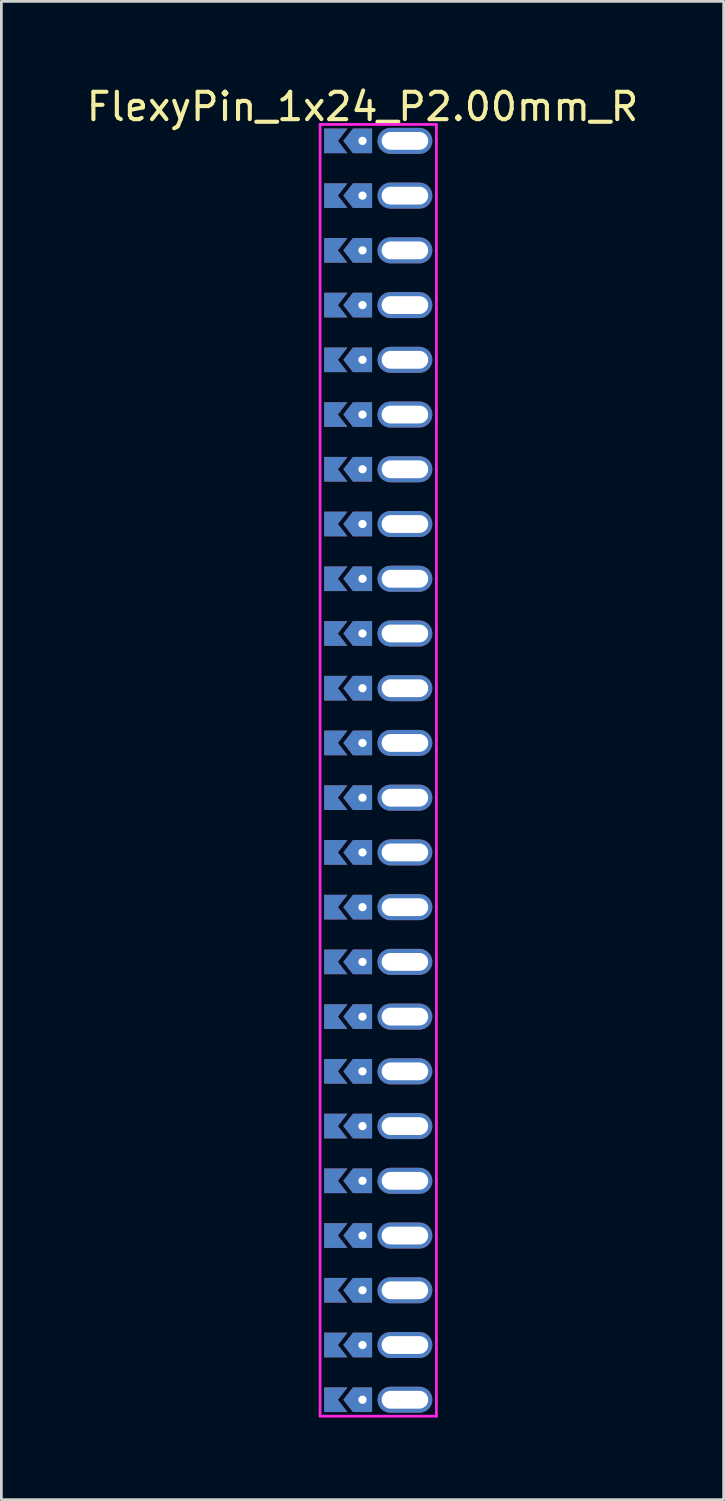
<source format=kicad_pcb>
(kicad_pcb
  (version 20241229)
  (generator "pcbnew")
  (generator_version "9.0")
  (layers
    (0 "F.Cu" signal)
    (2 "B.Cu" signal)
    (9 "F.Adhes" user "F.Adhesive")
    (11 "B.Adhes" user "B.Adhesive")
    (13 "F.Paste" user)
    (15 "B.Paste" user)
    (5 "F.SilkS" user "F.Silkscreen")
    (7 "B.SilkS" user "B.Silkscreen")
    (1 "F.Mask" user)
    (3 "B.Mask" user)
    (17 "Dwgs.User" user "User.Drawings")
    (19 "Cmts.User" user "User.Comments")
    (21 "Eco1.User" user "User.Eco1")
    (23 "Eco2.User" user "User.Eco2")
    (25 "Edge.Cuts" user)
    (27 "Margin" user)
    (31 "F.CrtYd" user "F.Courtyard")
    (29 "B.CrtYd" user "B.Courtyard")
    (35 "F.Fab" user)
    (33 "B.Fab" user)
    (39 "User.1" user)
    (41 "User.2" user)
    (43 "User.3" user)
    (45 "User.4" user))
  (footprint "FlexyPin_1x24_P2.00mm_R"
    (layer "F.Cu")
    (at 10.196 2.098)
    (property "Reference" "FlexyPin_1x24_P2.00mm_R" (at 0 -1.25 0) (layer "F.SilkS") (effects (font (size 1 1) (thickness 0.15))))
    (attr through_hole)
    (fp_line (start -1.55 -0.6) (end 2.7 -0.6) (stroke (width 0.1) (type solid)) (layer "F.CrtYd"))
    (fp_line (start -1.55 46.6) (end -1.55 -0.6) (stroke (width 0.1) (type solid)) (layer "F.CrtYd"))
    (fp_line (start 2.7 -0.6) (end 2.7 46.6) (stroke (width 0.1) (type solid)) (layer "F.CrtYd"))
    (fp_line (start 2.7 46.6) (end -1.55 46.6) (stroke (width 0.1) (type solid)) (layer "F.CrtYd"))
    (pad "" thru_hole custom (at 0 0) (size 0.3 0.3) (drill 0.6) (layers "*.Cu" "*.Mask") (options (anchor rect)) (primitives (gr_poly (pts (xy 0.35 0.45) (xy 0.35 -0.45) (xy -0.35 -0.45) (xy -0.7 0) (xy -0.35 0.45)) (width 0) (fill yes))))
    (pad "" thru_hole custom (at 0 2) (size 0.3 0.3) (drill 0.6) (layers "*.Cu" "*.Mask") (options (anchor rect)) (primitives (gr_poly (pts (xy 0.35 0.45) (xy 0.35 -0.45) (xy -0.35 -0.45) (xy -0.7 0) (xy -0.35 0.45)) (width 0) (fill yes))))
    (pad "" thru_hole custom (at 0 4) (size 0.3 0.3) (drill 0.6) (layers "*.Cu" "*.Mask") (options (anchor rect)) (primitives (gr_poly (pts (xy 0.35 0.45) (xy 0.35 -0.45) (xy -0.35 -0.45) (xy -0.7 0) (xy -0.35 0.45)) (width 0) (fill yes))))
    (pad "" thru_hole custom (at 0 6) (size 0.3 0.3) (drill 0.6) (layers "*.Cu" "*.Mask") (options (anchor rect)) (primitives (gr_poly (pts (xy 0.35 0.45) (xy 0.35 -0.45) (xy -0.35 -0.45) (xy -0.7 0) (xy -0.35 0.45)) (width 0) (fill yes))))
    (pad "" thru_hole custom (at 0 8) (size 0.3 0.3) (drill 0.6) (layers "*.Cu" "*.Mask") (options (anchor rect)) (primitives (gr_poly (pts (xy 0.35 0.45) (xy 0.35 -0.45) (xy -0.35 -0.45) (xy -0.7 0) (xy -0.35 0.45)) (width 0) (fill yes))))
    (pad "" thru_hole custom (at 0 10) (size 0.3 0.3) (drill 0.6) (layers "*.Cu" "*.Mask") (options (anchor rect)) (primitives (gr_poly (pts (xy 0.35 0.45) (xy 0.35 -0.45) (xy -0.35 -0.45) (xy -0.7 0) (xy -0.35 0.45)) (width 0) (fill yes))))
    (pad "" thru_hole custom (at 0 12) (size 0.3 0.3) (drill 0.6) (layers "*.Cu" "*.Mask") (options (anchor rect)) (primitives (gr_poly (pts (xy 0.35 0.45) (xy 0.35 -0.45) (xy -0.35 -0.45) (xy -0.7 0) (xy -0.35 0.45)) (width 0) (fill yes))))
    (pad "" thru_hole custom (at 0 14) (size 0.3 0.3) (drill 0.6) (layers "*.Cu" "*.Mask") (options (anchor rect)) (primitives (gr_poly (pts (xy 0.35 0.45) (xy 0.35 -0.45) (xy -0.35 -0.45) (xy -0.7 0) (xy -0.35 0.45)) (width 0) (fill yes))))
    (pad "" thru_hole custom (at 0 16) (size 0.3 0.3) (drill 0.6) (layers "*.Cu" "*.Mask") (options (anchor rect)) (primitives (gr_poly (pts (xy 0.35 0.45) (xy 0.35 -0.45) (xy -0.35 -0.45) (xy -0.7 0) (xy -0.35 0.45)) (width 0) (fill yes))))
    (pad "" thru_hole custom (at 0 18) (size 0.3 0.3) (drill 0.6) (layers "*.Cu" "*.Mask") (options (anchor rect)) (primitives (gr_poly (pts (xy 0.35 0.45) (xy 0.35 -0.45) (xy -0.35 -0.45) (xy -0.7 0) (xy -0.35 0.45)) (width 0) (fill yes))))
    (pad "" thru_hole custom (at 0 20) (size 0.3 0.3) (drill 0.6) (layers "*.Cu" "*.Mask") (options (anchor rect)) (primitives (gr_poly (pts (xy 0.35 0.45) (xy 0.35 -0.45) (xy -0.35 -0.45) (xy -0.7 0) (xy -0.35 0.45)) (width 0) (fill yes))))
    (pad "" thru_hole custom (at 0 22) (size 0.3 0.3) (drill 0.6) (layers "*.Cu" "*.Mask") (options (anchor rect)) (primitives (gr_poly (pts (xy 0.35 0.45) (xy 0.35 -0.45) (xy -0.35 -0.45) (xy -0.7 0) (xy -0.35 0.45)) (width 0) (fill yes))))
    (pad "" thru_hole custom (at 0 24) (size 0.3 0.3) (drill 0.6) (layers "*.Cu" "*.Mask") (options (anchor rect)) (primitives (gr_poly (pts (xy 0.35 0.45) (xy 0.35 -0.45) (xy -0.35 -0.45) (xy -0.7 0) (xy -0.35 0.45)) (width 0) (fill yes))))
    (pad "" thru_hole custom (at 0 26) (size 0.3 0.3) (drill 0.6) (layers "*.Cu" "*.Mask") (options (anchor rect)) (primitives (gr_poly (pts (xy 0.35 0.45) (xy 0.35 -0.45) (xy -0.35 -0.45) (xy -0.7 0) (xy -0.35 0.45)) (width 0) (fill yes))))
    (pad "" thru_hole custom (at 0 28) (size 0.3 0.3) (drill 0.6) (layers "*.Cu" "*.Mask") (options (anchor rect)) (primitives (gr_poly (pts (xy 0.35 0.45) (xy 0.35 -0.45) (xy -0.35 -0.45) (xy -0.7 0) (xy -0.35 0.45)) (width 0) (fill yes))))
    (pad "" thru_hole custom (at 0 30) (size 0.3 0.3) (drill 0.6) (layers "*.Cu" "*.Mask") (options (anchor rect)) (primitives (gr_poly (pts (xy 0.35 0.45) (xy 0.35 -0.45) (xy -0.35 -0.45) (xy -0.7 0) (xy -0.35 0.45)) (width 0) (fill yes))))
    (pad "" thru_hole custom (at 0 32) (size 0.3 0.3) (drill 0.6) (layers "*.Cu" "*.Mask") (options (anchor rect)) (primitives (gr_poly (pts (xy 0.35 0.45) (xy 0.35 -0.45) (xy -0.35 -0.45) (xy -0.7 0) (xy -0.35 0.45)) (width 0) (fill yes))))
    (pad "" thru_hole custom (at 0 34) (size 0.3 0.3) (drill 0.6) (layers "*.Cu" "*.Mask") (options (anchor rect)) (primitives (gr_poly (pts (xy 0.35 0.45) (xy 0.35 -0.45) (xy -0.35 -0.45) (xy -0.7 0) (xy -0.35 0.45)) (width 0) (fill yes))))
    (pad "" thru_hole custom (at 0 36) (size 0.3 0.3) (drill 0.6) (layers "*.Cu" "*.Mask") (options (anchor rect)) (primitives (gr_poly (pts (xy 0.35 0.45) (xy 0.35 -0.45) (xy -0.35 -0.45) (xy -0.7 0) (xy -0.35 0.45)) (width 0) (fill yes))))
    (pad "" thru_hole custom (at 0 38) (size 0.3 0.3) (drill 0.6) (layers "*.Cu" "*.Mask") (options (anchor rect)) (primitives (gr_poly (pts (xy 0.35 0.45) (xy 0.35 -0.45) (xy -0.35 -0.45) (xy -0.7 0) (xy -0.35 0.45)) (width 0) (fill yes))))
    (pad "" thru_hole custom (at 0 40) (size 0.3 0.3) (drill 0.6) (layers "*.Cu" "*.Mask") (options (anchor rect)) (primitives (gr_poly (pts (xy 0.35 0.45) (xy 0.35 -0.45) (xy -0.35 -0.45) (xy -0.7 0) (xy -0.35 0.45)) (width 0) (fill yes))))
    (pad "" thru_hole custom (at 0 42) (size 0.3 0.3) (drill 0.6) (layers "*.Cu" "*.Mask") (options (anchor rect)) (primitives (gr_poly (pts (xy 0.35 0.45) (xy 0.35 -0.45) (xy -0.35 -0.45) (xy -0.7 0) (xy -0.35 0.45)) (width 0) (fill yes))))
    (pad "" thru_hole custom (at 0 44) (size 0.3 0.3) (drill 0.6) (layers "*.Cu" "*.Mask") (options (anchor rect)) (primitives (gr_poly (pts (xy 0.35 0.45) (xy 0.35 -0.45) (xy -0.35 -0.45) (xy -0.7 0) (xy -0.35 0.45)) (width 0) (fill yes))))
    (pad "" thru_hole custom (at 0 46) (size 0.3 0.3) (drill 0.6) (layers "*.Cu" "*.Mask") (options (anchor rect)) (primitives (gr_poly (pts (xy 0.35 0.45) (xy 0.35 -0.45) (xy -0.35 -0.45) (xy -0.7 0) (xy -0.35 0.45)) (width 0) (fill yes))))
    (pad "" thru_hole oval (at 1.55 0) (size 2 0.95) (drill oval 1.7 0.65) (layers "*.Cu" "*.Mask"))
    (pad "" thru_hole oval (at 1.55 2) (size 2 0.95) (drill oval 1.7 0.65) (layers "*.Cu" "*.Mask"))
    (pad "" thru_hole oval (at 1.55 4) (size 2 0.95) (drill oval 1.7 0.65) (layers "*.Cu" "*.Mask"))
    (pad "" thru_hole oval (at 1.55 6) (size 2 0.95) (drill oval 1.7 0.65) (layers "*.Cu" "*.Mask"))
    (pad "" thru_hole oval (at 1.55 8) (size 2 0.95) (drill oval 1.7 0.65) (layers "*.Cu" "*.Mask"))
    (pad "" thru_hole oval (at 1.55 10) (size 2 0.95) (drill oval 1.7 0.65) (layers "*.Cu" "*.Mask"))
    (pad "" thru_hole oval (at 1.55 12) (size 2 0.95) (drill oval 1.7 0.65) (layers "*.Cu" "*.Mask"))
    (pad "" thru_hole oval (at 1.55 14) (size 2 0.95) (drill oval 1.7 0.65) (layers "*.Cu" "*.Mask"))
    (pad "" thru_hole oval (at 1.55 16) (size 2 0.95) (drill oval 1.7 0.65) (layers "*.Cu" "*.Mask"))
    (pad "" thru_hole oval (at 1.55 18) (size 2 0.95) (drill oval 1.7 0.65) (layers "*.Cu" "*.Mask"))
    (pad "" thru_hole oval (at 1.55 20) (size 2 0.95) (drill oval 1.7 0.65) (layers "*.Cu" "*.Mask"))
    (pad "" thru_hole oval (at 1.55 22) (size 2 0.95) (drill oval 1.7 0.65) (layers "*.Cu" "*.Mask"))
    (pad "" thru_hole oval (at 1.55 24) (size 2 0.95) (drill oval 1.7 0.65) (layers "*.Cu" "*.Mask"))
    (pad "" thru_hole oval (at 1.55 26) (size 2 0.95) (drill oval 1.7 0.65) (layers "*.Cu" "*.Mask"))
    (pad "" thru_hole oval (at 1.55 28) (size 2 0.95) (drill oval 1.7 0.65) (layers "*.Cu" "*.Mask"))
    (pad "" thru_hole oval (at 1.55 30) (size 2 0.95) (drill oval 1.7 0.65) (layers "*.Cu" "*.Mask"))
    (pad "" thru_hole oval (at 1.55 32) (size 2 0.95) (drill oval 1.7 0.65) (layers "*.Cu" "*.Mask"))
    (pad "" thru_hole oval (at 1.55 34) (size 2 0.95) (drill oval 1.7 0.65) (layers "*.Cu" "*.Mask"))
    (pad "" thru_hole oval (at 1.55 36) (size 2 0.95) (drill oval 1.7 0.65) (layers "*.Cu" "*.Mask"))
    (pad "" thru_hole oval (at 1.55 38) (size 2 0.95) (drill oval 1.7 0.65) (layers "*.Cu" "*.Mask"))
    (pad "" thru_hole oval (at 1.55 40) (size 2 0.95) (drill oval 1.7 0.65) (layers "*.Cu" "*.Mask"))
    (pad "" thru_hole oval (at 1.55 42) (size 2 0.95) (drill oval 1.7 0.65) (layers "*.Cu" "*.Mask"))
    (pad "" thru_hole oval (at 1.55 44) (size 2 0.95) (drill oval 1.7 0.65) (layers "*.Cu" "*.Mask"))
    (pad "" thru_hole oval (at 1.55 46) (size 2 0.95) (drill oval 1.7 0.65) (layers "*.Cu" "*.Mask"))
    (pad "1" smd custom (at -0.9 0) (size 0.01 0.01) (layers "F.Cu" "F.Mask") (options (anchor rect)) (primitives (gr_poly (pts (xy 0 0) (xy 0.35 0.45) (xy -0.5 0.45) (xy -0.5 -0.45) (xy 0.35 -0.45)) (width 0) (fill yes))))
    (pad "1" smd custom (at -0.9 2) (size 0.01 0.01) (layers "F.Cu" "F.Mask") (options (anchor rect)) (primitives (gr_poly (pts (xy 0 0) (xy 0.35 0.45) (xy -0.5 0.45) (xy -0.5 -0.45) (xy 0.35 -0.45)) (width 0) (fill yes))))
    (pad "1" smd custom (at -0.9 4) (size 0.01 0.01) (layers "F.Cu" "F.Mask") (options (anchor rect)) (primitives (gr_poly (pts (xy 0 0) (xy 0.35 0.45) (xy -0.5 0.45) (xy -0.5 -0.45) (xy 0.35 -0.45)) (width 0) (fill yes))))
    (pad "1" smd custom (at -0.9 6) (size 0.01 0.01) (layers "F.Cu" "F.Mask") (options (anchor rect)) (primitives (gr_poly (pts (xy 0 0) (xy 0.35 0.45) (xy -0.5 0.45) (xy -0.5 -0.45) (xy 0.35 -0.45)) (width 0) (fill yes))))
    (pad "1" smd custom (at -0.9 8) (size 0.01 0.01) (layers "F.Cu" "F.Mask") (options (anchor rect)) (primitives (gr_poly (pts (xy 0 0) (xy 0.35 0.45) (xy -0.5 0.45) (xy -0.5 -0.45) (xy 0.35 -0.45)) (width 0) (fill yes))))
    (pad "1" smd custom (at -0.9 10) (size 0.01 0.01) (layers "F.Cu" "F.Mask") (options (anchor rect)) (primitives (gr_poly (pts (xy 0 0) (xy 0.35 0.45) (xy -0.5 0.45) (xy -0.5 -0.45) (xy 0.35 -0.45)) (width 0) (fill yes))))
    (pad "1" smd custom (at -0.9 12) (size 0.01 0.01) (layers "F.Cu" "F.Mask") (options (anchor rect)) (primitives (gr_poly (pts (xy 0 0) (xy 0.35 0.45) (xy -0.5 0.45) (xy -0.5 -0.45) (xy 0.35 -0.45)) (width 0) (fill yes))))
    (pad "1" smd custom (at -0.9 14) (size 0.01 0.01) (layers "F.Cu" "F.Mask") (options (anchor rect)) (primitives (gr_poly (pts (xy 0 0) (xy 0.35 0.45) (xy -0.5 0.45) (xy -0.5 -0.45) (xy 0.35 -0.45)) (width 0) (fill yes))))
    (pad "1" smd custom (at -0.9 16) (size 0.01 0.01) (layers "F.Cu" "F.Mask") (options (anchor rect)) (primitives (gr_poly (pts (xy 0 0) (xy 0.35 0.45) (xy -0.5 0.45) (xy -0.5 -0.45) (xy 0.35 -0.45)) (width 0) (fill yes))))
    (pad "1" smd custom (at -0.9 18) (size 0.01 0.01) (layers "F.Cu" "F.Mask") (options (anchor rect)) (primitives (gr_poly (pts (xy 0 0) (xy 0.35 0.45) (xy -0.5 0.45) (xy -0.5 -0.45) (xy 0.35 -0.45)) (width 0) (fill yes))))
    (pad "1" smd custom (at -0.9 20) (size 0.01 0.01) (layers "F.Cu" "F.Mask") (options (anchor rect)) (primitives (gr_poly (pts (xy 0 0) (xy 0.35 0.45) (xy -0.5 0.45) (xy -0.5 -0.45) (xy 0.35 -0.45)) (width 0) (fill yes))))
    (pad "1" smd custom (at -0.9 22) (size 0.01 0.01) (layers "F.Cu" "F.Mask") (options (anchor rect)) (primitives (gr_poly (pts (xy 0 0) (xy 0.35 0.45) (xy -0.5 0.45) (xy -0.5 -0.45) (xy 0.35 -0.45)) (width 0) (fill yes))))
    (pad "1" smd custom (at -0.9 24) (size 0.01 0.01) (layers "F.Cu" "F.Mask") (options (anchor rect)) (primitives (gr_poly (pts (xy 0 0) (xy 0.35 0.45) (xy -0.5 0.45) (xy -0.5 -0.45) (xy 0.35 -0.45)) (width 0) (fill yes))))
    (pad "1" smd custom (at -0.9 26) (size 0.01 0.01) (layers "F.Cu" "F.Mask") (options (anchor rect)) (primitives (gr_poly (pts (xy 0 0) (xy 0.35 0.45) (xy -0.5 0.45) (xy -0.5 -0.45) (xy 0.35 -0.45)) (width 0) (fill yes))))
    (pad "1" smd custom (at -0.9 28) (size 0.01 0.01) (layers "F.Cu" "F.Mask") (options (anchor rect)) (primitives (gr_poly (pts (xy 0 0) (xy 0.35 0.45) (xy -0.5 0.45) (xy -0.5 -0.45) (xy 0.35 -0.45)) (width 0) (fill yes))))
    (pad "1" smd custom (at -0.9 30) (size 0.01 0.01) (layers "F.Cu" "F.Mask") (options (anchor rect)) (primitives (gr_poly (pts (xy 0 0) (xy 0.35 0.45) (xy -0.5 0.45) (xy -0.5 -0.45) (xy 0.35 -0.45)) (width 0) (fill yes))))
    (pad "1" smd custom (at -0.9 32) (size 0.01 0.01) (layers "F.Cu" "F.Mask") (options (anchor rect)) (primitives (gr_poly (pts (xy 0 0) (xy 0.35 0.45) (xy -0.5 0.45) (xy -0.5 -0.45) (xy 0.35 -0.45)) (width 0) (fill yes))))
    (pad "1" smd custom (at -0.9 34) (size 0.01 0.01) (layers "F.Cu" "F.Mask") (options (anchor rect)) (primitives (gr_poly (pts (xy 0 0) (xy 0.35 0.45) (xy -0.5 0.45) (xy -0.5 -0.45) (xy 0.35 -0.45)) (width 0) (fill yes))))
    (pad "1" smd custom (at -0.9 36) (size 0.01 0.01) (layers "F.Cu" "F.Mask") (options (anchor rect)) (primitives (gr_poly (pts (xy 0 0) (xy 0.35 0.45) (xy -0.5 0.45) (xy -0.5 -0.45) (xy 0.35 -0.45)) (width 0) (fill yes))))
    (pad "1" smd custom (at -0.9 38) (size 0.01 0.01) (layers "F.Cu" "F.Mask") (options (anchor rect)) (primitives (gr_poly (pts (xy 0 0) (xy 0.35 0.45) (xy -0.5 0.45) (xy -0.5 -0.45) (xy 0.35 -0.45)) (width 0) (fill yes))))
    (pad "1" smd custom (at -0.9 40) (size 0.01 0.01) (layers "F.Cu" "F.Mask") (options (anchor rect)) (primitives (gr_poly (pts (xy 0 0) (xy 0.35 0.45) (xy -0.5 0.45) (xy -0.5 -0.45) (xy 0.35 -0.45)) (width 0) (fill yes))))
    (pad "1" smd custom (at -0.9 42) (size 0.01 0.01) (layers "F.Cu" "F.Mask") (options (anchor rect)) (primitives (gr_poly (pts (xy 0 0) (xy 0.35 0.45) (xy -0.5 0.45) (xy -0.5 -0.45) (xy 0.35 -0.45)) (width 0) (fill yes))))
    (pad "1" smd custom (at -0.9 44) (size 0.01 0.01) (layers "F.Cu" "F.Mask") (options (anchor rect)) (primitives (gr_poly (pts (xy 0 0) (xy 0.35 0.45) (xy -0.5 0.45) (xy -0.5 -0.45) (xy 0.35 -0.45)) (width 0) (fill yes))))
    (pad "1" smd custom (at -0.9 46) (size 0.01 0.01) (layers "F.Cu" "F.Mask") (options (anchor rect)) (primitives (gr_poly (pts (xy 0 0) (xy 0.35 0.45) (xy -0.5 0.45) (xy -0.5 -0.45) (xy 0.35 -0.45)) (width 0) (fill yes))))
    (pad "2" smd custom (at -0.9 0) (size 0.01 0.01) (layers "B.Cu" "B.Mask") (options (anchor rect)) (primitives (gr_poly (pts (xy 0 0) (xy 0.35 0.45) (xy -0.5 0.45) (xy -0.5 -0.45) (xy 0.35 -0.45)) (width 0) (fill yes))))
    (pad "2" smd custom (at -0.9 2) (size 0.01 0.01) (layers "B.Cu" "B.Mask") (options (anchor rect)) (primitives (gr_poly (pts (xy 0 0) (xy 0.35 0.45) (xy -0.5 0.45) (xy -0.5 -0.45) (xy 0.35 -0.45)) (width 0) (fill yes))))
    (pad "2" smd custom (at -0.9 4) (size 0.01 0.01) (layers "B.Cu" "B.Mask") (options (anchor rect)) (primitives (gr_poly (pts (xy 0 0) (xy 0.35 0.45) (xy -0.5 0.45) (xy -0.5 -0.45) (xy 0.35 -0.45)) (width 0) (fill yes))))
    (pad "2" smd custom (at -0.9 6) (size 0.01 0.01) (layers "B.Cu" "B.Mask") (options (anchor rect)) (primitives (gr_poly (pts (xy 0 0) (xy 0.35 0.45) (xy -0.5 0.45) (xy -0.5 -0.45) (xy 0.35 -0.45)) (width 0) (fill yes))))
    (pad "2" smd custom (at -0.9 8) (size 0.01 0.01) (layers "B.Cu" "B.Mask") (options (anchor rect)) (primitives (gr_poly (pts (xy 0 0) (xy 0.35 0.45) (xy -0.5 0.45) (xy -0.5 -0.45) (xy 0.35 -0.45)) (width 0) (fill yes))))
    (pad "2" smd custom (at -0.9 10) (size 0.01 0.01) (layers "B.Cu" "B.Mask") (options (anchor rect)) (primitives (gr_poly (pts (xy 0 0) (xy 0.35 0.45) (xy -0.5 0.45) (xy -0.5 -0.45) (xy 0.35 -0.45)) (width 0) (fill yes))))
    (pad "2" smd custom (at -0.9 12) (size 0.01 0.01) (layers "B.Cu" "B.Mask") (options (anchor rect)) (primitives (gr_poly (pts (xy 0 0) (xy 0.35 0.45) (xy -0.5 0.45) (xy -0.5 -0.45) (xy 0.35 -0.45)) (width 0) (fill yes))))
    (pad "2" smd custom (at -0.9 14) (size 0.01 0.01) (layers "B.Cu" "B.Mask") (options (anchor rect)) (primitives (gr_poly (pts (xy 0 0) (xy 0.35 0.45) (xy -0.5 0.45) (xy -0.5 -0.45) (xy 0.35 -0.45)) (width 0) (fill yes))))
    (pad "2" smd custom (at -0.9 16) (size 0.01 0.01) (layers "B.Cu" "B.Mask") (options (anchor rect)) (primitives (gr_poly (pts (xy 0 0) (xy 0.35 0.45) (xy -0.5 0.45) (xy -0.5 -0.45) (xy 0.35 -0.45)) (width 0) (fill yes))))
    (pad "2" smd custom (at -0.9 18) (size 0.01 0.01) (layers "B.Cu" "B.Mask") (options (anchor rect)) (primitives (gr_poly (pts (xy 0 0) (xy 0.35 0.45) (xy -0.5 0.45) (xy -0.5 -0.45) (xy 0.35 -0.45)) (width 0) (fill yes))))
    (pad "2" smd custom (at -0.9 20) (size 0.01 0.01) (layers "B.Cu" "B.Mask") (options (anchor rect)) (primitives (gr_poly (pts (xy 0 0) (xy 0.35 0.45) (xy -0.5 0.45) (xy -0.5 -0.45) (xy 0.35 -0.45)) (width 0) (fill yes))))
    (pad "2" smd custom (at -0.9 22) (size 0.01 0.01) (layers "B.Cu" "B.Mask") (options (anchor rect)) (primitives (gr_poly (pts (xy 0 0) (xy 0.35 0.45) (xy -0.5 0.45) (xy -0.5 -0.45) (xy 0.35 -0.45)) (width 0) (fill yes))))
    (pad "2" smd custom (at -0.9 24) (size 0.01 0.01) (layers "B.Cu" "B.Mask") (options (anchor rect)) (primitives (gr_poly (pts (xy 0 0) (xy 0.35 0.45) (xy -0.5 0.45) (xy -0.5 -0.45) (xy 0.35 -0.45)) (width 0) (fill yes))))
    (pad "2" smd custom (at -0.9 26) (size 0.01 0.01) (layers "B.Cu" "B.Mask") (options (anchor rect)) (primitives (gr_poly (pts (xy 0 0) (xy 0.35 0.45) (xy -0.5 0.45) (xy -0.5 -0.45) (xy 0.35 -0.45)) (width 0) (fill yes))))
    (pad "2" smd custom (at -0.9 28) (size 0.01 0.01) (layers "B.Cu" "B.Mask") (options (anchor rect)) (primitives (gr_poly (pts (xy 0 0) (xy 0.35 0.45) (xy -0.5 0.45) (xy -0.5 -0.45) (xy 0.35 -0.45)) (width 0) (fill yes))))
    (pad "2" smd custom (at -0.9 30) (size 0.01 0.01) (layers "B.Cu" "B.Mask") (options (anchor rect)) (primitives (gr_poly (pts (xy 0 0) (xy 0.35 0.45) (xy -0.5 0.45) (xy -0.5 -0.45) (xy 0.35 -0.45)) (width 0) (fill yes))))
    (pad "2" smd custom (at -0.9 32) (size 0.01 0.01) (layers "B.Cu" "B.Mask") (options (anchor rect)) (primitives (gr_poly (pts (xy 0 0) (xy 0.35 0.45) (xy -0.5 0.45) (xy -0.5 -0.45) (xy 0.35 -0.45)) (width 0) (fill yes))))
    (pad "2" smd custom (at -0.9 34) (size 0.01 0.01) (layers "B.Cu" "B.Mask") (options (anchor rect)) (primitives (gr_poly (pts (xy 0 0) (xy 0.35 0.45) (xy -0.5 0.45) (xy -0.5 -0.45) (xy 0.35 -0.45)) (width 0) (fill yes))))
    (pad "2" smd custom (at -0.9 36) (size 0.01 0.01) (layers "B.Cu" "B.Mask") (options (anchor rect)) (primitives (gr_poly (pts (xy 0 0) (xy 0.35 0.45) (xy -0.5 0.45) (xy -0.5 -0.45) (xy 0.35 -0.45)) (width 0) (fill yes))))
    (pad "2" smd custom (at -0.9 38) (size 0.01 0.01) (layers "B.Cu" "B.Mask") (options (anchor rect)) (primitives (gr_poly (pts (xy 0 0) (xy 0.35 0.45) (xy -0.5 0.45) (xy -0.5 -0.45) (xy 0.35 -0.45)) (width 0) (fill yes))))
    (pad "2" smd custom (at -0.9 40) (size 0.01 0.01) (layers "B.Cu" "B.Mask") (options (anchor rect)) (primitives (gr_poly (pts (xy 0 0) (xy 0.35 0.45) (xy -0.5 0.45) (xy -0.5 -0.45) (xy 0.35 -0.45)) (width 0) (fill yes))))
    (pad "2" smd custom (at -0.9 42) (size 0.01 0.01) (layers "B.Cu" "B.Mask") (options (anchor rect)) (primitives (gr_poly (pts (xy 0 0) (xy 0.35 0.45) (xy -0.5 0.45) (xy -0.5 -0.45) (xy 0.35 -0.45)) (width 0) (fill yes))))
    (pad "2" smd custom (at -0.9 44) (size 0.01 0.01) (layers "B.Cu" "B.Mask") (options (anchor rect)) (primitives (gr_poly (pts (xy 0 0) (xy 0.35 0.45) (xy -0.5 0.45) (xy -0.5 -0.45) (xy 0.35 -0.45)) (width 0) (fill yes))))
    (pad "2" smd custom (at -0.9 46) (size 0.01 0.01) (layers "B.Cu" "B.Mask") (options (anchor rect)) (primitives (gr_poly (pts (xy 0 0) (xy 0.35 0.45) (xy -0.5 0.45) (xy -0.5 -0.45) (xy 0.35 -0.45)) (width 0) (fill yes)))))
  (gr_rect
    (start -3 -3)
    (end 23.393 51.748)
    (stroke (width 0.1) (type default))
    (fill no)
    (layer "Edge.Cuts")))
</source>
